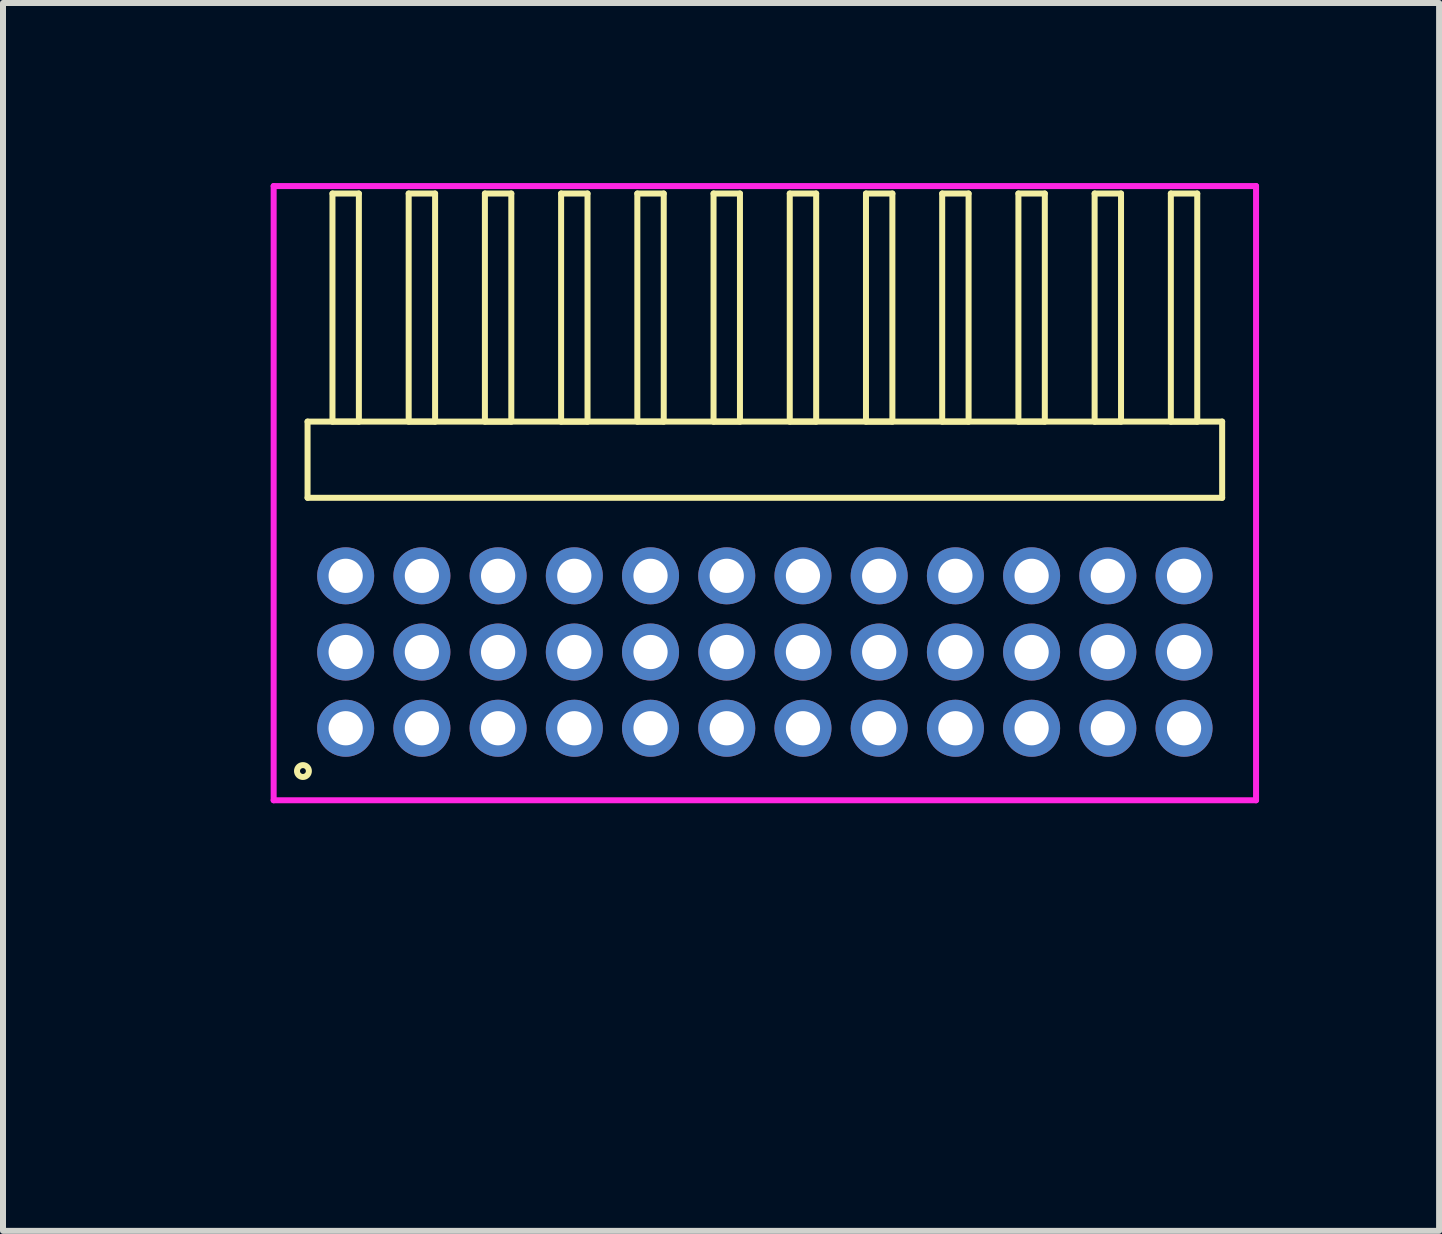
<source format=kicad_pcb>
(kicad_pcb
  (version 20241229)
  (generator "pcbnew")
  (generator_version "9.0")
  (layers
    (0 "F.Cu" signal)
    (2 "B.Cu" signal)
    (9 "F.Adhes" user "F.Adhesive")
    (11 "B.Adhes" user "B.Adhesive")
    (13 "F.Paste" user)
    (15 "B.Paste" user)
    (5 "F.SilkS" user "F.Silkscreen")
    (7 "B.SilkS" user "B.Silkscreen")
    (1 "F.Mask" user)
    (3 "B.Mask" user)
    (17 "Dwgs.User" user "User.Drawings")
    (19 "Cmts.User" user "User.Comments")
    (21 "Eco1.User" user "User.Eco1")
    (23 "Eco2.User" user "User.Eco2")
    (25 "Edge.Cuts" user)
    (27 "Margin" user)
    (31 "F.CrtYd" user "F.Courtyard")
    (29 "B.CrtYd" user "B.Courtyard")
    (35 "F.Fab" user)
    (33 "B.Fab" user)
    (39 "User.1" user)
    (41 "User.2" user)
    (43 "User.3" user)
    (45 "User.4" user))
  (footprint "HDR_RA127P12x3"
    (layer "F.Cu")
    (at 9.695 7.815)
    (property "Reference" "HDR_RA127P12x3" (at -8.935 0 90) (layer "User.1") (effects (font (size 1 1) (thickness 0.1))))
    (attr through_hole)
    (fp_line (start -7.62 -3.84) (end -7.62 -2.57) (stroke (width 0.1) (type solid)) (layer "F.SilkS"))
    (fp_line (start -7.62 -2.57) (end 7.62 -2.57) (stroke (width 0.1) (type solid)) (layer "F.SilkS"))
    (fp_line (start -7.205 -7.64) (end -7.205 -3.84) (stroke (width 0.1) (type solid)) (layer "F.SilkS"))
    (fp_line (start -7.205 -3.84) (end -6.765 -3.84) (stroke (width 0.1) (type solid)) (layer "F.SilkS"))
    (fp_line (start -6.765 -7.64) (end -7.205 -7.64) (stroke (width 0.1) (type solid)) (layer "F.SilkS"))
    (fp_line (start -6.765 -3.84) (end -6.765 -7.64) (stroke (width 0.1) (type solid)) (layer "F.SilkS"))
    (fp_line (start -5.935 -7.64) (end -5.935 -3.84) (stroke (width 0.1) (type solid)) (layer "F.SilkS"))
    (fp_line (start -5.935 -3.84) (end -5.495 -3.84) (stroke (width 0.1) (type solid)) (layer "F.SilkS"))
    (fp_line (start -5.495 -7.64) (end -5.935 -7.64) (stroke (width 0.1) (type solid)) (layer "F.SilkS"))
    (fp_line (start -5.495 -3.84) (end -5.495 -7.64) (stroke (width 0.1) (type solid)) (layer "F.SilkS"))
    (fp_line (start -4.665 -7.64) (end -4.665 -3.84) (stroke (width 0.1) (type solid)) (layer "F.SilkS"))
    (fp_line (start -4.665 -3.84) (end -4.225 -3.84) (stroke (width 0.1) (type solid)) (layer "F.SilkS"))
    (fp_line (start -4.225 -7.64) (end -4.665 -7.64) (stroke (width 0.1) (type solid)) (layer "F.SilkS"))
    (fp_line (start -4.225 -3.84) (end -4.225 -7.64) (stroke (width 0.1) (type solid)) (layer "F.SilkS"))
    (fp_line (start -3.395 -7.64) (end -3.395 -3.84) (stroke (width 0.1) (type solid)) (layer "F.SilkS"))
    (fp_line (start -3.395 -3.84) (end -2.955 -3.84) (stroke (width 0.1) (type solid)) (layer "F.SilkS"))
    (fp_line (start -2.955 -7.64) (end -3.395 -7.64) (stroke (width 0.1) (type solid)) (layer "F.SilkS"))
    (fp_line (start -2.955 -3.84) (end -2.955 -7.64) (stroke (width 0.1) (type solid)) (layer "F.SilkS"))
    (fp_line (start -2.125 -7.64) (end -2.125 -3.84) (stroke (width 0.1) (type solid)) (layer "F.SilkS"))
    (fp_line (start -2.125 -3.84) (end -1.685 -3.84) (stroke (width 0.1) (type solid)) (layer "F.SilkS"))
    (fp_line (start -1.685 -7.64) (end -2.125 -7.64) (stroke (width 0.1) (type solid)) (layer "F.SilkS"))
    (fp_line (start -1.685 -3.84) (end -1.685 -7.64) (stroke (width 0.1) (type solid)) (layer "F.SilkS"))
    (fp_line (start -0.855 -7.64) (end -0.855 -3.84) (stroke (width 0.1) (type solid)) (layer "F.SilkS"))
    (fp_line (start -0.855 -3.84) (end -0.415 -3.84) (stroke (width 0.1) (type solid)) (layer "F.SilkS"))
    (fp_line (start -0.415 -7.64) (end -0.855 -7.64) (stroke (width 0.1) (type solid)) (layer "F.SilkS"))
    (fp_line (start -0.415 -3.84) (end -0.415 -7.64) (stroke (width 0.1) (type solid)) (layer "F.SilkS"))
    (fp_line (start 0.415 -7.64) (end 0.415 -3.84) (stroke (width 0.1) (type solid)) (layer "F.SilkS"))
    (fp_line (start 0.415 -3.84) (end 0.855 -3.84) (stroke (width 0.1) (type solid)) (layer "F.SilkS"))
    (fp_line (start 0.855 -7.64) (end 0.415 -7.64) (stroke (width 0.1) (type solid)) (layer "F.SilkS"))
    (fp_line (start 0.855 -3.84) (end 0.855 -7.64) (stroke (width 0.1) (type solid)) (layer "F.SilkS"))
    (fp_line (start 1.685 -7.64) (end 1.685 -3.84) (stroke (width 0.1) (type solid)) (layer "F.SilkS"))
    (fp_line (start 1.685 -3.84) (end 2.125 -3.84) (stroke (width 0.1) (type solid)) (layer "F.SilkS"))
    (fp_line (start 2.125 -7.64) (end 1.685 -7.64) (stroke (width 0.1) (type solid)) (layer "F.SilkS"))
    (fp_line (start 2.125 -3.84) (end 2.125 -7.64) (stroke (width 0.1) (type solid)) (layer "F.SilkS"))
    (fp_line (start 2.955 -7.64) (end 2.955 -3.84) (stroke (width 0.1) (type solid)) (layer "F.SilkS"))
    (fp_line (start 2.955 -3.84) (end 3.395 -3.84) (stroke (width 0.1) (type solid)) (layer "F.SilkS"))
    (fp_line (start 3.395 -7.64) (end 2.955 -7.64) (stroke (width 0.1) (type solid)) (layer "F.SilkS"))
    (fp_line (start 3.395 -3.84) (end 3.395 -7.64) (stroke (width 0.1) (type solid)) (layer "F.SilkS"))
    (fp_line (start 4.225 -7.64) (end 4.225 -3.84) (stroke (width 0.1) (type solid)) (layer "F.SilkS"))
    (fp_line (start 4.225 -3.84) (end 4.665 -3.84) (stroke (width 0.1) (type solid)) (layer "F.SilkS"))
    (fp_line (start 4.665 -7.64) (end 4.225 -7.64) (stroke (width 0.1) (type solid)) (layer "F.SilkS"))
    (fp_line (start 4.665 -3.84) (end 4.665 -7.64) (stroke (width 0.1) (type solid)) (layer "F.SilkS"))
    (fp_line (start 5.495 -7.64) (end 5.495 -3.84) (stroke (width 0.1) (type solid)) (layer "F.SilkS"))
    (fp_line (start 5.495 -3.84) (end 5.935 -3.84) (stroke (width 0.1) (type solid)) (layer "F.SilkS"))
    (fp_line (start 5.935 -7.64) (end 5.495 -7.64) (stroke (width 0.1) (type solid)) (layer "F.SilkS"))
    (fp_line (start 5.935 -3.84) (end 5.935 -7.64) (stroke (width 0.1) (type solid)) (layer "F.SilkS"))
    (fp_line (start 6.765 -7.64) (end 6.765 -3.84) (stroke (width 0.1) (type solid)) (layer "F.SilkS"))
    (fp_line (start 6.765 -3.84) (end 7.205 -3.84) (stroke (width 0.1) (type solid)) (layer "F.SilkS"))
    (fp_line (start 7.205 -7.64) (end 6.765 -7.64) (stroke (width 0.1) (type solid)) (layer "F.SilkS"))
    (fp_line (start 7.205 -3.84) (end 7.205 -7.64) (stroke (width 0.1) (type solid)) (layer "F.SilkS"))
    (fp_line (start 7.62 -3.84) (end -7.62 -3.84) (stroke (width 0.1) (type solid)) (layer "F.SilkS"))
    (fp_line (start 7.62 -2.57) (end 7.62 -3.84) (stroke (width 0.1) (type solid)) (layer "F.SilkS"))
    (fp_circle (center -7.697 1.983) (end -7.598 1.983) (stroke (width 0.1) (type solid)) (fill no) (layer "F.SilkS"))
    (fp_line (start -8.185 -7.765) (end -8.185 2.47) (stroke (width 0.1) (type solid)) (layer "F.CrtYd"))
    (fp_line (start -8.185 2.47) (end 8.185 2.47) (stroke (width 0.1) (type solid)) (layer "F.CrtYd"))
    (fp_line (start 8.185 -7.765) (end -8.185 -7.765) (stroke (width 0.1) (type solid)) (layer "F.CrtYd"))
    (fp_line (start 8.185 2.47) (end 8.185 -7.765) (stroke (width 0.1) (type solid)) (layer "F.CrtYd"))
    (pad "1" thru_hole oval (at -6.985 1.27) (size 0.95 0.95) (drill 0.57) (layers "*.Cu" "*.Mask"))
    (pad "2" thru_hole oval (at -6.985 0) (size 0.95 0.95) (drill 0.57) (layers "*.Cu" "*.Mask"))
    (pad "3" thru_hole oval (at -6.985 -1.27) (size 0.95 0.95) (drill 0.57) (layers "*.Cu" "*.Mask"))
    (pad "4" thru_hole oval (at -5.715 1.27) (size 0.95 0.95) (drill 0.57) (layers "*.Cu" "*.Mask"))
    (pad "5" thru_hole oval (at -5.715 0) (size 0.95 0.95) (drill 0.57) (layers "*.Cu" "*.Mask"))
    (pad "6" thru_hole oval (at -5.715 -1.27) (size 0.95 0.95) (drill 0.57) (layers "*.Cu" "*.Mask"))
    (pad "7" thru_hole oval (at -4.445 1.27) (size 0.95 0.95) (drill 0.57) (layers "*.Cu" "*.Mask"))
    (pad "8" thru_hole oval (at -4.445 0) (size 0.95 0.95) (drill 0.57) (layers "*.Cu" "*.Mask"))
    (pad "9" thru_hole oval (at -4.445 -1.27) (size 0.95 0.95) (drill 0.57) (layers "*.Cu" "*.Mask"))
    (pad "10" thru_hole oval (at -3.175 1.27) (size 0.95 0.95) (drill 0.57) (layers "*.Cu" "*.Mask"))
    (pad "11" thru_hole oval (at -3.175 0) (size 0.95 0.95) (drill 0.57) (layers "*.Cu" "*.Mask"))
    (pad "12" thru_hole oval (at -3.175 -1.27) (size 0.95 0.95) (drill 0.57) (layers "*.Cu" "*.Mask"))
    (pad "13" thru_hole oval (at -1.905 1.27) (size 0.95 0.95) (drill 0.57) (layers "*.Cu" "*.Mask"))
    (pad "14" thru_hole oval (at -1.905 0) (size 0.95 0.95) (drill 0.57) (layers "*.Cu" "*.Mask"))
    (pad "15" thru_hole oval (at -1.905 -1.27) (size 0.95 0.95) (drill 0.57) (layers "*.Cu" "*.Mask"))
    (pad "16" thru_hole oval (at -0.635 1.27) (size 0.95 0.95) (drill 0.57) (layers "*.Cu" "*.Mask"))
    (pad "17" thru_hole oval (at -0.635 0) (size 0.95 0.95) (drill 0.57) (layers "*.Cu" "*.Mask"))
    (pad "18" thru_hole oval (at -0.635 -1.27) (size 0.95 0.95) (drill 0.57) (layers "*.Cu" "*.Mask"))
    (pad "19" thru_hole oval (at 0.635 1.27) (size 0.95 0.95) (drill 0.57) (layers "*.Cu" "*.Mask"))
    (pad "20" thru_hole oval (at 0.635 0) (size 0.95 0.95) (drill 0.57) (layers "*.Cu" "*.Mask"))
    (pad "21" thru_hole oval (at 0.635 -1.27) (size 0.95 0.95) (drill 0.57) (layers "*.Cu" "*.Mask"))
    (pad "22" thru_hole oval (at 1.905 1.27) (size 0.95 0.95) (drill 0.57) (layers "*.Cu" "*.Mask"))
    (pad "23" thru_hole oval (at 1.905 0) (size 0.95 0.95) (drill 0.57) (layers "*.Cu" "*.Mask"))
    (pad "24" thru_hole oval (at 1.905 -1.27) (size 0.95 0.95) (drill 0.57) (layers "*.Cu" "*.Mask"))
    (pad "25" thru_hole oval (at 3.175 1.27) (size 0.95 0.95) (drill 0.57) (layers "*.Cu" "*.Mask"))
    (pad "26" thru_hole oval (at 3.175 0) (size 0.95 0.95) (drill 0.57) (layers "*.Cu" "*.Mask"))
    (pad "27" thru_hole oval (at 3.175 -1.27) (size 0.95 0.95) (drill 0.57) (layers "*.Cu" "*.Mask"))
    (pad "28" thru_hole oval (at 4.445 1.27) (size 0.95 0.95) (drill 0.57) (layers "*.Cu" "*.Mask"))
    (pad "29" thru_hole oval (at 4.445 0) (size 0.95 0.95) (drill 0.57) (layers "*.Cu" "*.Mask"))
    (pad "30" thru_hole oval (at 4.445 -1.27) (size 0.95 0.95) (drill 0.57) (layers "*.Cu" "*.Mask"))
    (pad "31" thru_hole oval (at 5.715 1.27) (size 0.95 0.95) (drill 0.57) (layers "*.Cu" "*.Mask"))
    (pad "32" thru_hole oval (at 5.715 0) (size 0.95 0.95) (drill 0.57) (layers "*.Cu" "*.Mask"))
    (pad "33" thru_hole oval (at 5.715 -1.27) (size 0.95 0.95) (drill 0.57) (layers "*.Cu" "*.Mask"))
    (pad "34" thru_hole oval (at 6.985 1.27) (size 0.95 0.95) (drill 0.57) (layers "*.Cu" "*.Mask"))
    (pad "35" thru_hole oval (at 6.985 0) (size 0.95 0.95) (drill 0.57) (layers "*.Cu" "*.Mask"))
    (pad "36" thru_hole oval (at 6.985 -1.27) (size 0.95 0.95) (drill 0.57) (layers "*.Cu" "*.Mask")))
  (gr_rect
    (start -3 -3)
    (end 20.93 17.46)
    (stroke (width 0.1) (type default))
    (fill no)
    (layer "Edge.Cuts")))
</source>
